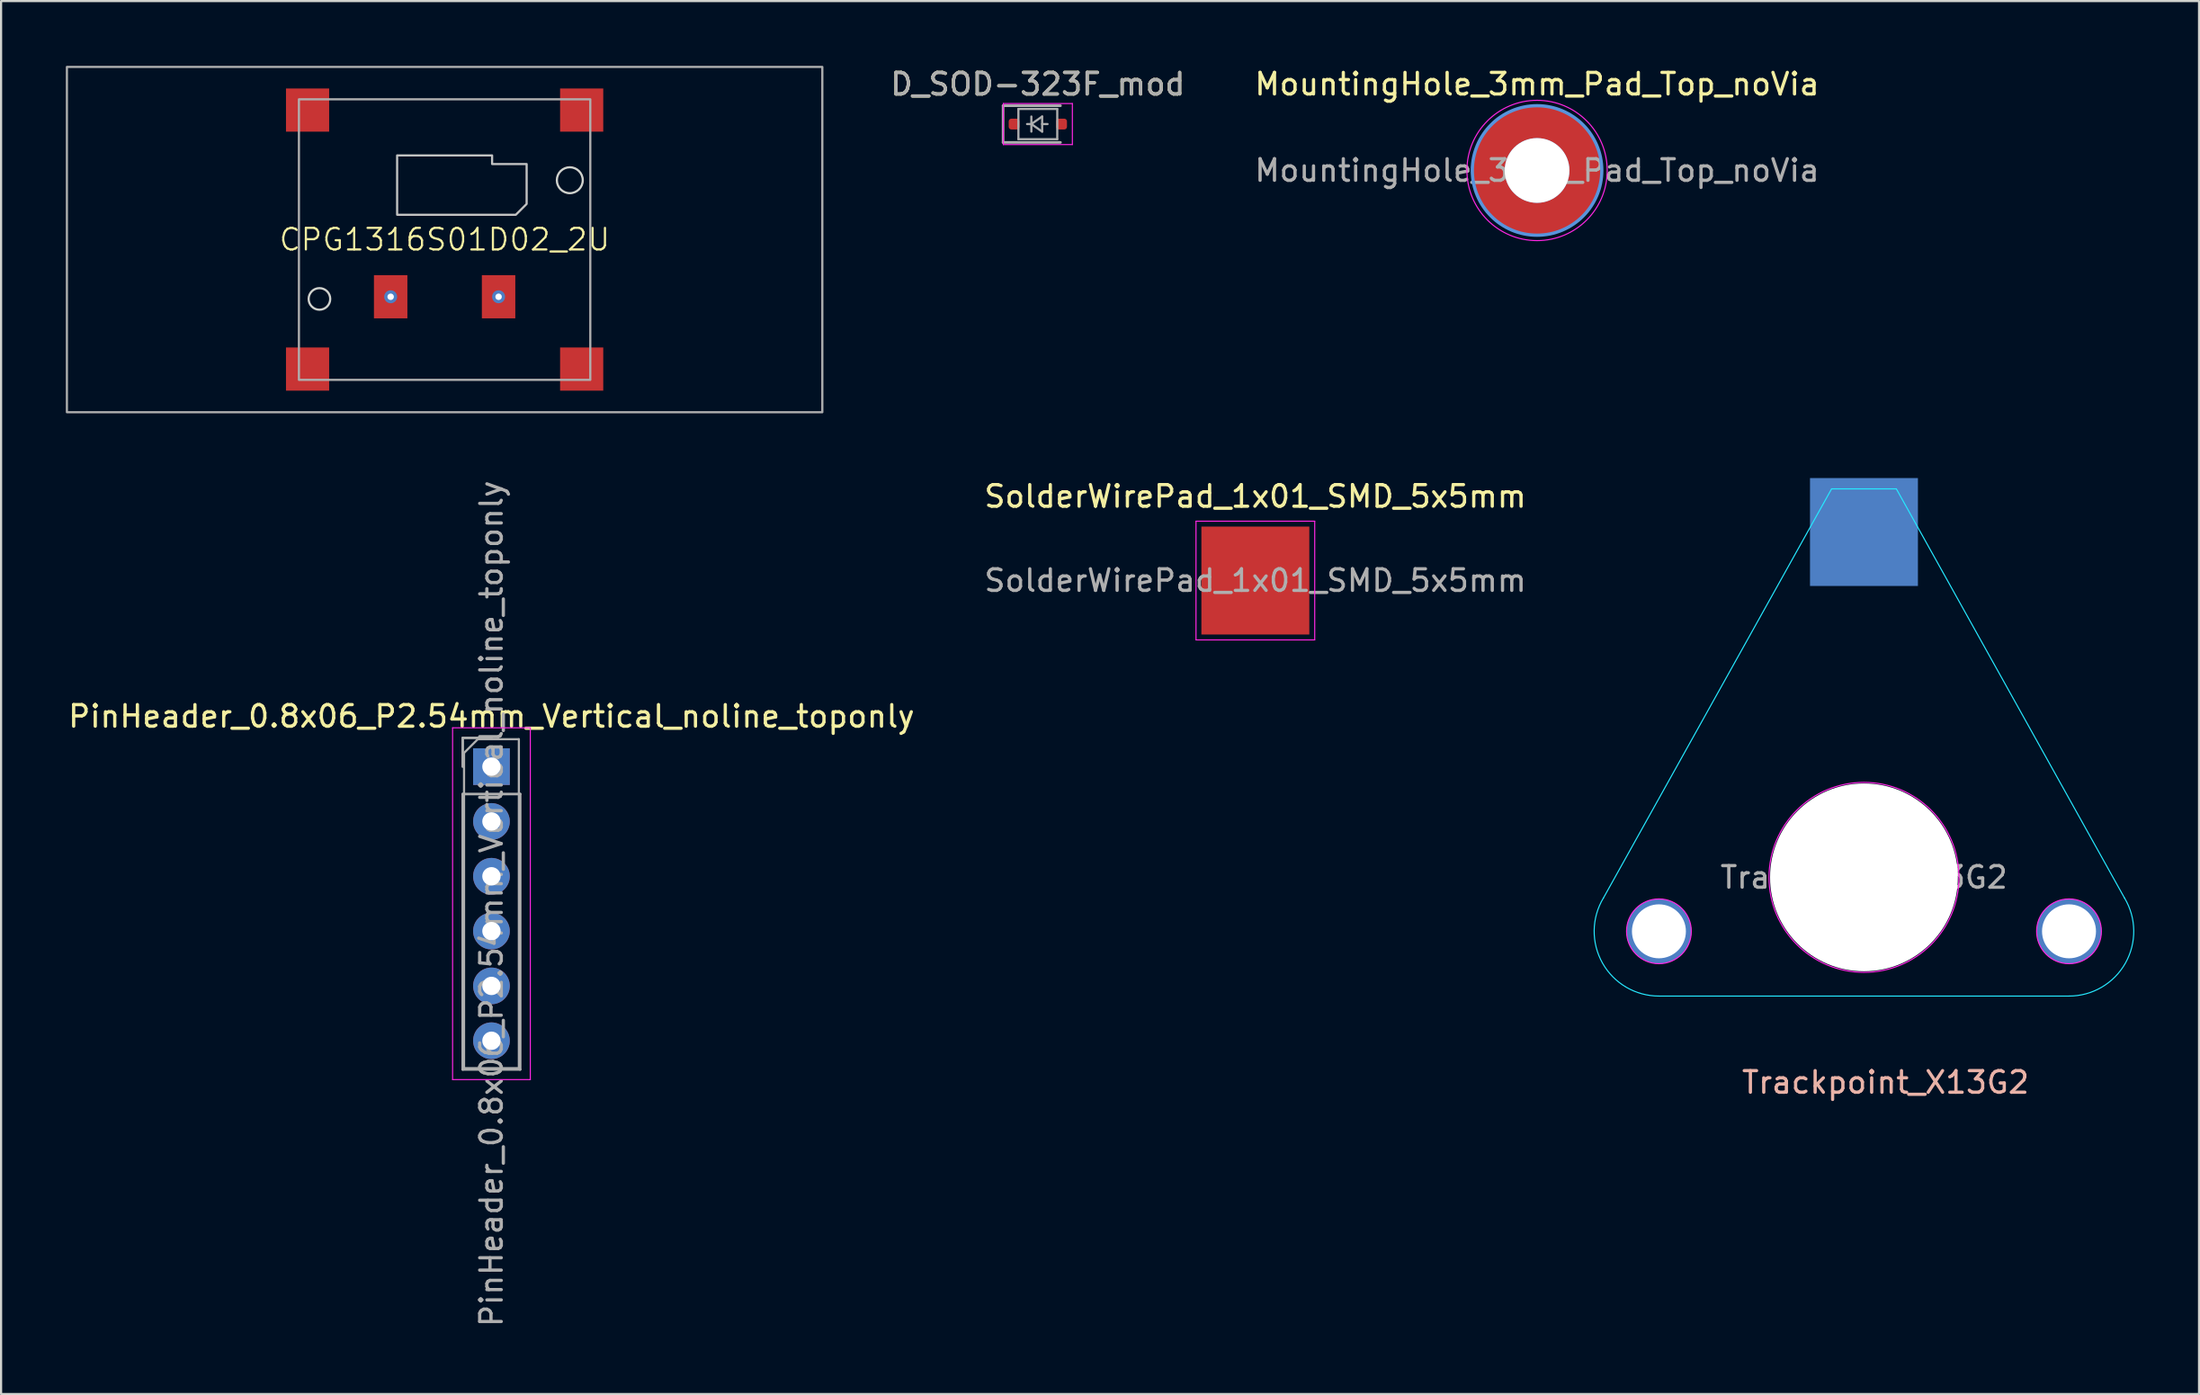
<source format=kicad_pcb>
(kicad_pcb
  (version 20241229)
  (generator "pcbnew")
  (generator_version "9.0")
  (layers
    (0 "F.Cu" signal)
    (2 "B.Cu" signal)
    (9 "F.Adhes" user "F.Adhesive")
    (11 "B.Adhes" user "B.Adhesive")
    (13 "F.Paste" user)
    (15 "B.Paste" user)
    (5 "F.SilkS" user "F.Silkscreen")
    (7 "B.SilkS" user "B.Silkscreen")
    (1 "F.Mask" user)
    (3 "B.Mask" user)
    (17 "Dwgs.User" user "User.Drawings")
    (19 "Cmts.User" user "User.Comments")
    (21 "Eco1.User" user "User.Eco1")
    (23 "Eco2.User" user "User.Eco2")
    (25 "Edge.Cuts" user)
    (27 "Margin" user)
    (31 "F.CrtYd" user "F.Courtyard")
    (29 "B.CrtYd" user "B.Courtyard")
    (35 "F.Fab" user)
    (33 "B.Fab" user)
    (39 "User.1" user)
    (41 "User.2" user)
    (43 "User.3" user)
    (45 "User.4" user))
  (footprint "SolderWirePad_1x01_SMD_5x5mm"
    (layer "F.Cu")
    (at 55.113 23.848)
    (property "Reference" "SolderWirePad_1x01_SMD_5x5mm" (at 0 -3.9 0) (layer "F.SilkS") (effects (font (size 1 1) (thickness 0.15))))
    (attr smd exclude_from_pos_files exclude_from_bom)
    (fp_line (start -2.75 -2.75) (end -2.75 2.75) (stroke (width 0.05) (type solid)) (layer "F.CrtYd"))
    (fp_line (start -2.75 2.75) (end 2.75 2.75) (stroke (width 0.05) (type solid)) (layer "F.CrtYd"))
    (fp_line (start 2.75 -2.75) (end -2.75 -2.75) (stroke (width 0.05) (type solid)) (layer "F.CrtYd"))
    (fp_line (start 2.75 2.75) (end 2.75 -2.75) (stroke (width 0.05) (type solid)) (layer "F.CrtYd"))
    (fp_text user "${REFERENCE}" (at 0 0 0) (layer "F.Fab") (effects (font (size 1 1) (thickness 0.15))))
    (pad "1" smd rect (at 0 0) (size 5 5) (layers "F.Cu" "F.Mask" "F.Paste")))
  (footprint "MountingHole_3mm_Pad_Top_noVia"
    (layer "F.Cu")
    (at 68.165 4.848)
    (property "Reference" "MountingHole_3mm_Pad_Top_noVia" (at 0 -4 0) (layer "F.SilkS") (effects (font (size 1 1) (thickness 0.15))))
    (attr exclude_from_pos_files exclude_from_bom)
    (fp_circle (center 0 0) (end 3 0) (stroke (width 0.15) (type solid)) (fill no) (layer "Cmts.User"))
    (fp_circle (center 0 0) (end 3.25 0) (stroke (width 0.05) (type solid)) (fill no) (layer "F.CrtYd"))
    (fp_text user "${REFERENCE}" (at 0 0 0) (layer "F.Fab") (effects (font (size 1 1) (thickness 0.15))))
    (pad "1" thru_hole circle (at 0 0) (size 3 3) (drill 3) (layers "*.Cu" "F.Mask"))
    (pad "1" connect circle (at 0 0) (size 6 6) (layers "F.Cu" "F.Mask")))
  (footprint "D_SOD-323F_mod"
    (layer "F.Cu")
    (at 45.035 2.698)
    (property "Reference" "D_SOD-323F_mod" (at 0 -1.85 0) (layer "F.SilkS") (effects (font (size 1 1) (thickness 0.15))))
    (attr smd)
    (fp_line (start -1.6 -0.95) (end -1.6 0.95) (stroke (width 0.05) (type solid)) (layer "F.CrtYd"))
    (fp_line (start -1.6 -0.95) (end 1.6 -0.95) (stroke (width 0.05) (type solid)) (layer "F.CrtYd"))
    (fp_line (start -1.6 0.95) (end 1.6 0.95) (stroke (width 0.05) (type solid)) (layer "F.CrtYd"))
    (fp_line (start 1.6 -0.95) (end 1.6 0.95) (stroke (width 0.05) (type solid)) (layer "F.CrtYd"))
    (fp_line (start -1.61 -0.85) (end -1.61 0.85) (stroke (width 0.12) (type solid)) (layer "F.Fab"))
    (fp_line (start -1.61 -0.85) (end 1.05 -0.85) (stroke (width 0.12) (type solid)) (layer "F.Fab"))
    (fp_line (start -1.61 0.85) (end 1.05 0.85) (stroke (width 0.12) (type solid)) (layer "F.Fab"))
    (fp_line (start -0.9 -0.7) (end 0.9 -0.7) (stroke (width 0.1) (type solid)) (layer "F.Fab"))
    (fp_line (start -0.9 0.7) (end -0.9 -0.7) (stroke (width 0.1) (type solid)) (layer "F.Fab"))
    (fp_line (start -0.3 -0.35) (end -0.3 0.35) (stroke (width 0.1) (type solid)) (layer "F.Fab"))
    (fp_line (start -0.3 0) (end -0.5 0) (stroke (width 0.1) (type solid)) (layer "F.Fab"))
    (fp_line (start -0.3 0) (end 0.2 -0.35) (stroke (width 0.1) (type solid)) (layer "F.Fab"))
    (fp_line (start 0.2 -0.35) (end 0.2 0.35) (stroke (width 0.1) (type solid)) (layer "F.Fab"))
    (fp_line (start 0.2 0) (end 0.45 0) (stroke (width 0.1) (type solid)) (layer "F.Fab"))
    (fp_line (start 0.2 0.35) (end -0.3 0) (stroke (width 0.1) (type solid)) (layer "F.Fab"))
    (fp_line (start 0.9 -0.7) (end 0.9 0.7) (stroke (width 0.1) (type solid)) (layer "F.Fab"))
    (fp_line (start 0.9 0.7) (end -0.9 0.7) (stroke (width 0.1) (type solid)) (layer "F.Fab"))
    (fp_text user "${REFERENCE}" (at 0 -1.85 0) (layer "F.Fab") (effects (font (size 1 1) (thickness 0.15))))
    (pad "1" smd roundrect (at -1.1 0) (size 0.5 0.5) (layers "F.Cu" "F.Mask" "F.Paste") (roundrect_rratio 0.25))
    (pad "2" smd roundrect (at 1.1 0) (size 0.5 0.5) (layers "F.Cu" "F.Mask" "F.Paste") (roundrect_rratio 0.25)))
  (footprint "Trackpoint_X13G2"
    (layer "F.Cu")
    (at 83.311 37.6)
    (property "Reference" "Trackpoint_X13G2" (at 1 9.5 0) (layer "B.SilkS") (effects (font (size 1 1) (thickness 0.15))))
    (attr exclude_from_pos_files exclude_from_bom)
    (fp_line (start -12.072 0.957) (end -1.5 -18) (stroke (width 0.05) (type default)) (layer "B.CrtYd"))
    (fp_line (start -9.5 5.5) (end 9.5 5.5) (stroke (width 0.05) (type default)) (layer "B.CrtYd"))
    (fp_line (start -1.5 -18) (end 1.5 -18) (stroke (width 0.05) (type default)) (layer "B.CrtYd"))
    (fp_line (start 1.5 -18) (end 12.072 0.957) (stroke (width 0.05) (type default)) (layer "B.CrtYd"))
    (fp_arc (start -9.500001 5.5) (mid -12.1106 3.978096) (end -12.072479 0.956513) (stroke (width 0.05) (type default)) (layer "B.CrtYd"))
    (fp_arc (start 12.072479 0.956513) (mid 12.1106 3.978097) (end 9.5 5.5) (stroke (width 0.05) (type default)) (layer "B.CrtYd"))
    (fp_circle (center -9.5 2.5) (end -9.5 4) (stroke (width 0.05) (type default)) (fill no) (layer "F.CrtYd"))
    (fp_circle (center 0 0) (end 4.4 0) (stroke (width 0.05) (type solid)) (fill no) (layer "F.CrtYd"))
    (fp_circle (center 9.5 2.5) (end 9.5 4) (stroke (width 0.05) (type default)) (fill no) (layer "F.CrtYd"))
    (fp_text user "${REFERENCE}" (at 0 0 0) (layer "F.Fab") (effects (font (size 1 1) (thickness 0.15))))
    (pad "" np_thru_hole circle (at 0 0) (size 8.7 8.7) (drill 8.7) (layers "*.Cu" "*.Mask"))
    (pad "1" smd rect (at 0 -16) (size 5 5) (layers "B.Cu" "B.Mask" "B.Paste"))
    (pad "2" thru_hole circle (at -9.5 2.5) (size 3 3) (drill 2.5) (layers "*.Cu" "*.Mask"))
    (pad "3" thru_hole circle (at 9.5 2.5) (size 3 3) (drill 2.5) (layers "*.Cu" "*.Mask")))
  (footprint "CPG1316S01D02_2U"
    (layer "F.Cu")
    (at 17.55 8.05)
    (property "Reference" "CPG1316S01D02_2U" (at 0 0 0) (unlocked yes) (layer "F.SilkS") (effects (font (size 1 1) (thickness 0.1))))
    (attr smd)
    (fp_poly (pts (xy 3.8 -3.5) (xy 3.8 -1.65) (xy 3.3 -1.15) (xy -2.2 -1.15) (xy -2.2 -3.9) (xy 2.2 -3.9) (xy 2.2 -3.5)) (stroke (width 0.1) (type solid)) (fill no) (layer "Dwgs.User"))
    (fp_circle (center -5.8 2.75) (end -5.3 2.75) (stroke (width 0.1) (type default)) (fill no) (layer "Edge.Cuts"))
    (fp_circle (center 5.8 -2.75) (end 6.4 -2.75) (stroke (width 0.1) (type default)) (fill no) (layer "Edge.Cuts"))
    (fp_rect (start -17.5 8) (end 17.5 -8) (stroke (width 0.1) (type default)) (fill no) (layer "F.Fab"))
    (fp_rect (start -6.75 -6.5) (end 6.75 6.5) (stroke (width 0.1) (type default)) (fill no) (layer "F.Fab"))
    (pad "1" thru_hole circle (at -2.5 2.65) (size 0.6 0.6) (drill 0.3) (property pad_prop_heatsink) (layers "*.Cu" "F.Mask" "F.Paste"))
    (pad "1" smd rect (at -2.5 2.65) (size 1.55 2) (layers "F.Cu" "F.Mask" "F.Paste"))
    (pad "2" thru_hole circle (at 2.5 2.65) (size 0.6 0.6) (drill 0.3) (property pad_prop_heatsink) (layers "*.Cu" "F.Mask" "F.Paste"))
    (pad "2" smd rect (at 2.5 2.65) (size 1.55 2) (layers "F.Cu" "F.Mask" "F.Paste"))
    (pad "3" smd rect (at -6.35 -6) (size 2 2) (layers "F.Cu" "F.Mask" "F.Paste"))
    (pad "3" smd rect (at -6.35 6) (size 2 2) (layers "F.Cu" "F.Mask" "F.Paste"))
    (pad "3" smd rect (at 6.35 -6) (size 2 2) (layers "F.Cu" "F.Mask" "F.Paste"))
    (pad "3" smd rect (at 6.35 6) (size 2 2) (layers "F.Cu" "F.Mask" "F.Paste")))
  (footprint "PinHeader_0.8x06_P2.54mm_Vertical_noline_toponly"
    (layer "F.Cu")
    (at 19.72 32.47)
    (property "Reference" "PinHeader_0.8x06_P2.54mm_Vertical_noline_toponly" (at 0 -2.33 180) (layer "F.SilkS") (effects (font (size 1 1) (thickness 0.15))))
    (attr through_hole)
    (fp_line (start -1.8 -1.8) (end -1.8 14.5) (stroke (width 0.05) (type solid)) (layer "F.CrtYd"))
    (fp_line (start -1.8 14.5) (end 1.8 14.5) (stroke (width 0.05) (type solid)) (layer "F.CrtYd"))
    (fp_line (start 1.8 -1.8) (end -1.8 -1.8) (stroke (width 0.05) (type solid)) (layer "F.CrtYd"))
    (fp_line (start 1.8 14.5) (end 1.8 -1.8) (stroke (width 0.05) (type solid)) (layer "F.CrtYd"))
    (fp_line (start -1.33 -1.33) (end 0 -1.33) (stroke (width 0.12) (type solid)) (layer "F.Fab"))
    (fp_line (start -1.33 0) (end -1.33 -1.33) (stroke (width 0.12) (type solid)) (layer "F.Fab"))
    (fp_line (start -1.33 1.27) (end -1.33 14.03) (stroke (width 0.12) (type solid)) (layer "F.Fab"))
    (fp_line (start -1.33 1.27) (end 1.33 1.27) (stroke (width 0.12) (type solid)) (layer "F.Fab"))
    (fp_line (start -1.33 14.03) (end 1.33 14.03) (stroke (width 0.12) (type solid)) (layer "F.Fab"))
    (fp_line (start -1.27 -0.635) (end -0.635 -1.27) (stroke (width 0.1) (type solid)) (layer "F.Fab"))
    (fp_line (start -1.27 13.97) (end -1.27 -0.635) (stroke (width 0.1) (type solid)) (layer "F.Fab"))
    (fp_line (start -0.635 -1.27) (end 1.27 -1.27) (stroke (width 0.1) (type solid)) (layer "F.Fab"))
    (fp_line (start 1.27 -1.27) (end 1.27 13.97) (stroke (width 0.1) (type solid)) (layer "F.Fab"))
    (fp_line (start 1.27 13.97) (end -1.27 13.97) (stroke (width 0.1) (type solid)) (layer "F.Fab"))
    (fp_line (start 1.33 1.27) (end 1.33 14.03) (stroke (width 0.12) (type solid)) (layer "F.Fab"))
    (fp_text user "${REFERENCE}" (at 0 6.35 90) (layer "F.Fab") (effects (font (size 1 1) (thickness 0.15))))
    (pad "1" thru_hole rect (at 0 0) (size 1.7 1.7) (drill 0.85) (layers "*.Cu" "F.Mask"))
    (pad "2" thru_hole oval (at 0 2.54) (size 1.7 1.7) (drill 0.85) (layers "*.Cu" "F.Mask"))
    (pad "3" thru_hole oval (at 0 5.08) (size 1.7 1.7) (drill 0.85) (layers "*.Cu" "F.Mask"))
    (pad "4" thru_hole oval (at 0 7.62) (size 1.7 1.7) (drill 0.85) (layers "*.Cu" "F.Mask"))
    (pad "5" thru_hole oval (at 0 10.16) (size 1.7 1.7) (drill 0.85) (layers "*.Cu" "F.Mask"))
    (pad "6" thru_hole oval (at 0 12.7) (size 1.7 1.7) (drill 0.85) (layers "*.Cu" "F.Mask")))
  (gr_rect
    (start -3 -3)
    (end 98.836 61.54)
    (stroke (width 0.1) (type default))
    (fill no)
    (layer "Edge.Cuts")))
</source>
